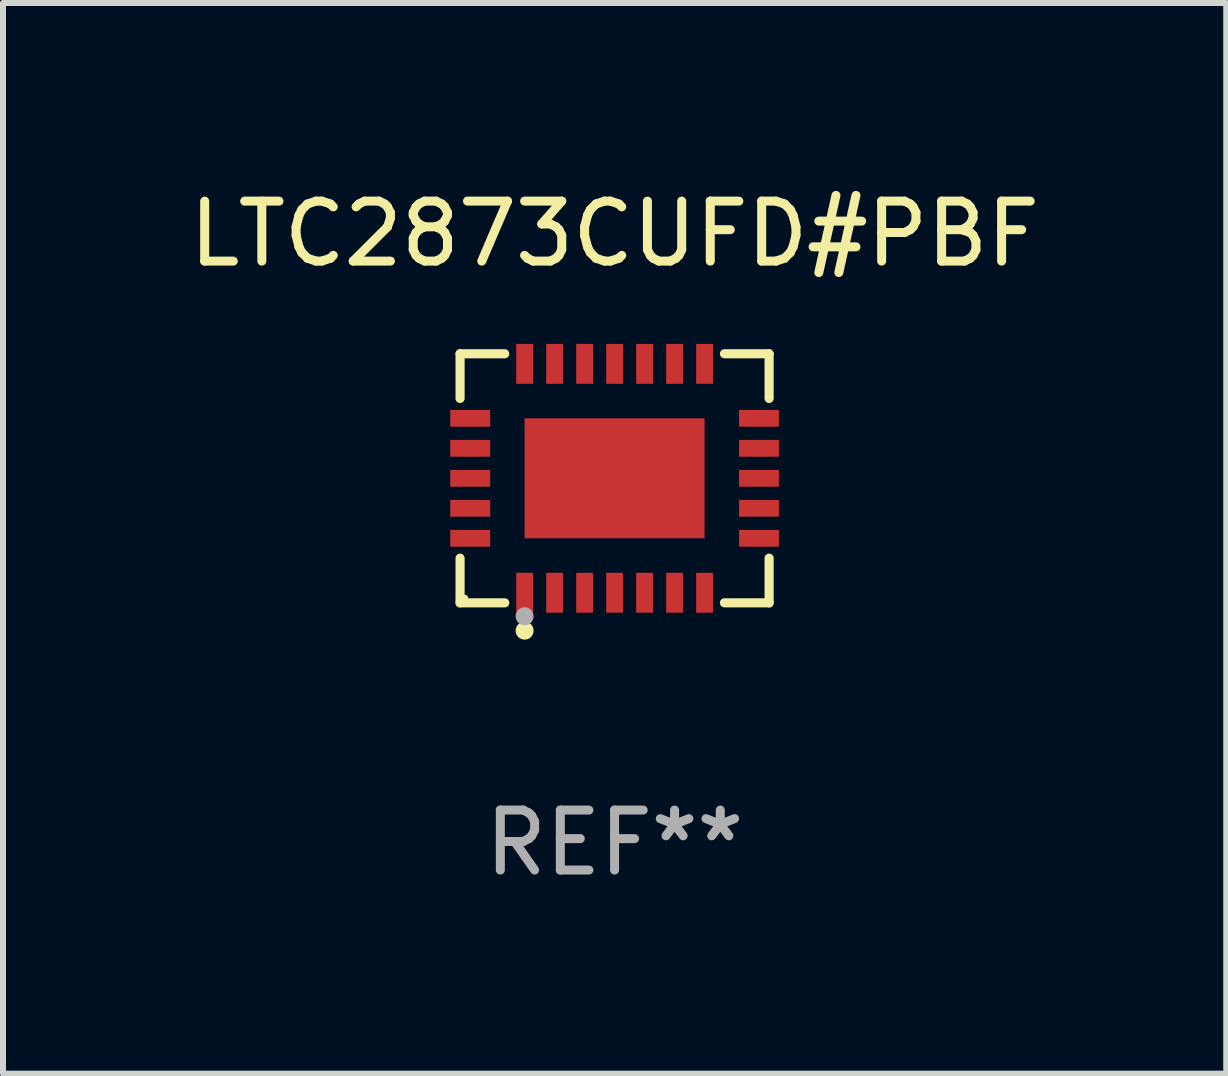
<source format=kicad_pcb>
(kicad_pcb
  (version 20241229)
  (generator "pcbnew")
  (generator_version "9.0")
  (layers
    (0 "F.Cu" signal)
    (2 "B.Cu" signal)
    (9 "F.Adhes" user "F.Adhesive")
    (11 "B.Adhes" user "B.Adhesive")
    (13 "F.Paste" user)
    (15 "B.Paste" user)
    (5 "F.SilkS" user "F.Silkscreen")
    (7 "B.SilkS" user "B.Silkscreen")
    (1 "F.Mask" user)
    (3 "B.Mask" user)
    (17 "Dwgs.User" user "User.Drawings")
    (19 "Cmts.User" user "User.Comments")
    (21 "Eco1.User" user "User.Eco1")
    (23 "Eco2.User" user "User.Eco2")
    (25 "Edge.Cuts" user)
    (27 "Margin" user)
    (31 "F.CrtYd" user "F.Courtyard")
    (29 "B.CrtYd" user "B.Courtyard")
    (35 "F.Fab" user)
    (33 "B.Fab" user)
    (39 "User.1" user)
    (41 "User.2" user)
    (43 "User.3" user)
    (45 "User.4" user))
  (footprint "LTC2873CUFD#PBF"
    (layer "F.Cu")
    (at 7.196 4.924)
    (property "Reference" "LTC2873CUFD#PBF" (at 0 -4.076 0) (layer "F.SilkS") (effects (font (size 1 1) (thickness 0.15))))
    (attr through_hole)
    (fp_line (start -2.576 -2.076) (end -1.831 -2.076) (stroke (width 0.152) (type solid)) (layer "F.SilkS"))
    (fp_line (start -2.576 -1.331) (end -2.576 -2.076) (stroke (width 0.152) (type solid)) (layer "F.SilkS"))
    (fp_line (start -2.576 1.331) (end -2.576 2.076) (stroke (width 0.152) (type solid)) (layer "F.SilkS"))
    (fp_line (start -2.576 2.076) (end -1.831 2.076) (stroke (width 0.152) (type solid)) (layer "F.SilkS"))
    (fp_line (start 2.576 -2.076) (end 1.831 -2.076) (stroke (width 0.152) (type solid)) (layer "F.SilkS"))
    (fp_line (start 2.576 -1.331) (end 2.576 -2.076) (stroke (width 0.152) (type solid)) (layer "F.SilkS"))
    (fp_line (start 2.576 1.331) (end 2.576 2.076) (stroke (width 0.152) (type solid)) (layer "F.SilkS"))
    (fp_line (start 2.576 2.076) (end 1.831 2.076) (stroke (width 0.152) (type solid)) (layer "F.SilkS"))
    (fp_circle (center -2.5 2) (end -2.47 2) (stroke (width 0.06) (type solid)) (fill no) (layer "F.SilkS"))
    (fp_circle (center -1.5 2.54) (end -1.425 2.54) (stroke (width 0.15) (type solid)) (fill no) (layer "F.SilkS"))
    (fp_circle (center -1.5 2.3) (end -1.425 2.3) (stroke (width 0.15) (type solid)) (fill no) (layer "F.Fab"))
    (fp_text user "REF**" (at 0 6.076 0) (layer "F.Fab") (effects (font (size 1 1) (thickness 0.15))))
    (pad "1" smd rect (at -1.5 1.908) (size 0.28 0.665) (layers "F.Cu" "F.Mask" "F.Paste"))
    (pad "2" smd rect (at -1 1.908) (size 0.28 0.665) (layers "F.Cu" "F.Mask" "F.Paste"))
    (pad "3" smd rect (at -0.5 1.908) (size 0.28 0.665) (layers "F.Cu" "F.Mask" "F.Paste"))
    (pad "4" smd rect (at 0 1.908) (size 0.28 0.665) (layers "F.Cu" "F.Mask" "F.Paste"))
    (pad "5" smd rect (at 0.5 1.908) (size 0.28 0.665) (layers "F.Cu" "F.Mask" "F.Paste"))
    (pad "6" smd rect (at 1 1.908) (size 0.28 0.665) (layers "F.Cu" "F.Mask" "F.Paste"))
    (pad "7" smd rect (at 1.5 1.908) (size 0.28 0.665) (layers "F.Cu" "F.Mask" "F.Paste"))
    (pad "8" smd rect (at 2.407 1) (size 0.665 0.28) (layers "F.Cu" "F.Mask" "F.Paste"))
    (pad "9" smd rect (at 2.407 0.5) (size 0.665 0.28) (layers "F.Cu" "F.Mask" "F.Paste"))
    (pad "10" smd rect (at 2.407 0) (size 0.665 0.28) (layers "F.Cu" "F.Mask" "F.Paste"))
    (pad "11" smd rect (at 2.407 -0.5) (size 0.665 0.28) (layers "F.Cu" "F.Mask" "F.Paste"))
    (pad "12" smd rect (at 2.407 -1) (size 0.665 0.28) (layers "F.Cu" "F.Mask" "F.Paste"))
    (pad "13" smd rect (at 1.5 -1.908) (size 0.28 0.665) (layers "F.Cu" "F.Mask" "F.Paste"))
    (pad "14" smd rect (at 1 -1.908) (size 0.28 0.665) (layers "F.Cu" "F.Mask" "F.Paste"))
    (pad "15" smd rect (at 0.5 -1.908) (size 0.28 0.665) (layers "F.Cu" "F.Mask" "F.Paste"))
    (pad "16" smd rect (at 0 -1.908) (size 0.28 0.665) (layers "F.Cu" "F.Mask" "F.Paste"))
    (pad "17" smd rect (at -0.5 -1.908) (size 0.28 0.665) (layers "F.Cu" "F.Mask" "F.Paste"))
    (pad "18" smd rect (at -1 -1.908) (size 0.28 0.665) (layers "F.Cu" "F.Mask" "F.Paste"))
    (pad "19" smd rect (at -1.5 -1.908) (size 0.28 0.665) (layers "F.Cu" "F.Mask" "F.Paste"))
    (pad "20" smd rect (at -2.407 -1) (size 0.665 0.28) (layers "F.Cu" "F.Mask" "F.Paste"))
    (pad "21" smd rect (at -2.407 -0.5) (size 0.665 0.28) (layers "F.Cu" "F.Mask" "F.Paste"))
    (pad "22" smd rect (at -2.407 0) (size 0.665 0.28) (layers "F.Cu" "F.Mask" "F.Paste"))
    (pad "23" smd rect (at -2.407 0.5) (size 0.665 0.28) (layers "F.Cu" "F.Mask" "F.Paste"))
    (pad "24" smd rect (at -2.407 1) (size 0.665 0.28) (layers "F.Cu" "F.Mask" "F.Paste"))
    (pad "25" smd rect (at 0 0) (size 3 2) (layers "F.Cu" "F.Mask" "F.Paste")))
  (gr_rect
    (start -3 -3)
    (end 17.393 14.849)
    (stroke (width 0.1) (type default))
    (fill no)
    (layer "Edge.Cuts")))
</source>
